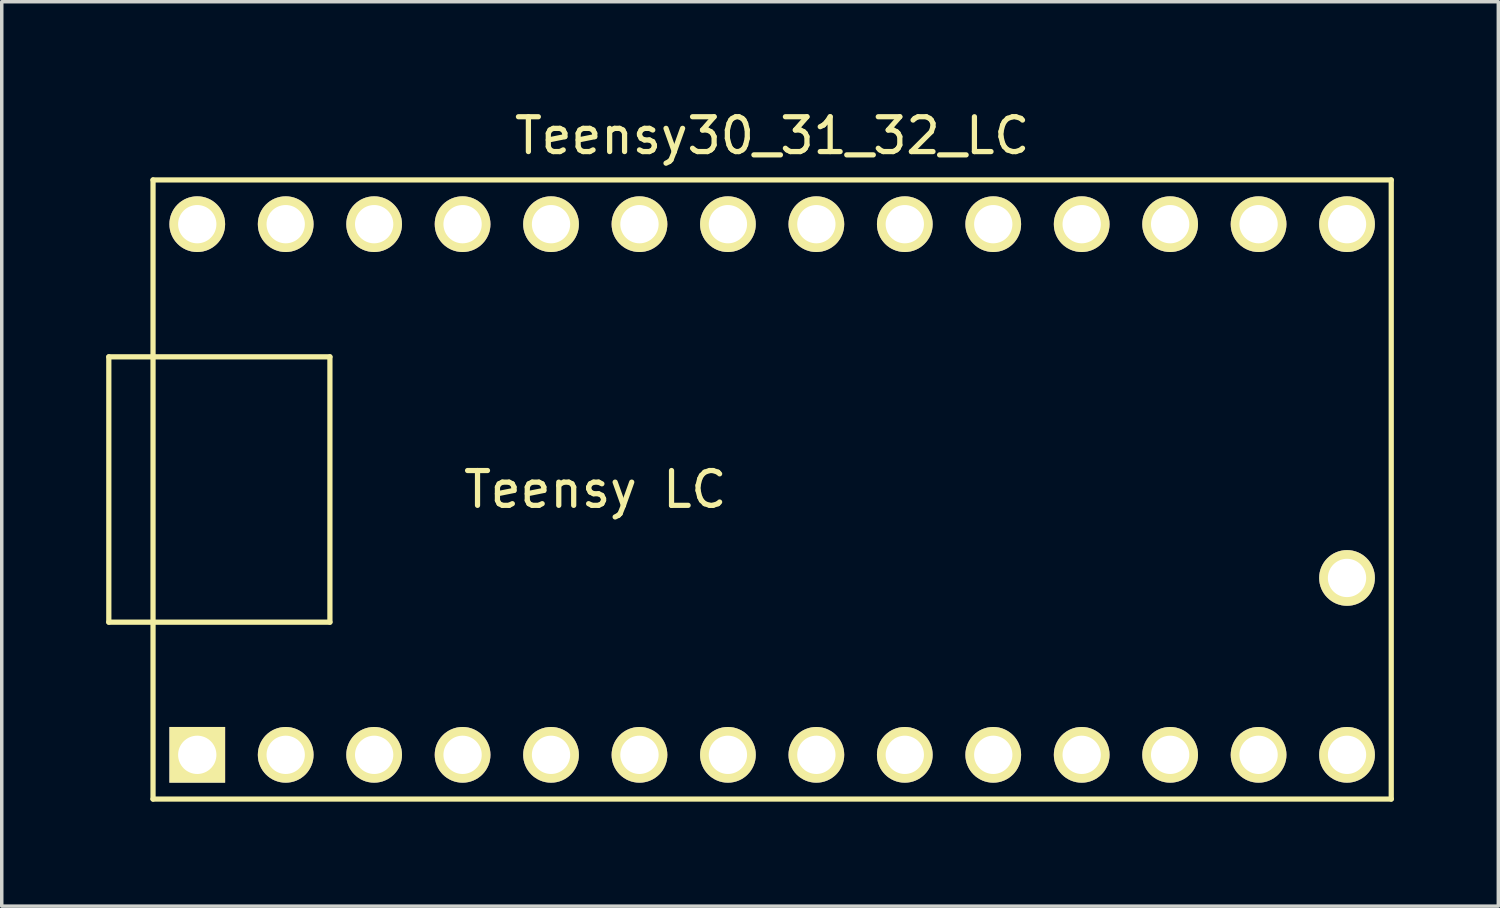
<source format=kicad_pcb>
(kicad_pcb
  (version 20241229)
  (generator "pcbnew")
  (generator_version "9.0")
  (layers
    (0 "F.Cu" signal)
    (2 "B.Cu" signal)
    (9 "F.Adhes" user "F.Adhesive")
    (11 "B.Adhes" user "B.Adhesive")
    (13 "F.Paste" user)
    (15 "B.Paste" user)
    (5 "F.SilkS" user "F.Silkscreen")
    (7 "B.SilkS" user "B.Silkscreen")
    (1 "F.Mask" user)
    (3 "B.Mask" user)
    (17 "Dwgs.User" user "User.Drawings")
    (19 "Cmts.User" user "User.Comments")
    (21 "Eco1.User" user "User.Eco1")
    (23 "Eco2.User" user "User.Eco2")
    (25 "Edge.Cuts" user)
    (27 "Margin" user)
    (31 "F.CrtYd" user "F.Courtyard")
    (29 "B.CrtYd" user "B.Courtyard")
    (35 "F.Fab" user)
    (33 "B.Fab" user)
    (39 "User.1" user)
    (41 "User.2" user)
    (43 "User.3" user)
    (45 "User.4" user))
  (footprint "Teensy30_31_32_LC"
    (layer "F.Cu")
    (at 19.125 11.008)
    (property "Reference" "Teensy30_31_32_LC" (at 0 -10.16 0) (layer "F.SilkS") (effects (font (size 1 1) (thickness 0.15))))
    (attr through_hole)
    (fp_line (start -19.05 -3.81) (end -17.78 -3.81) (stroke (width 0.15) (type solid)) (layer "F.SilkS"))
    (fp_line (start -19.05 3.81) (end -19.05 -3.81) (stroke (width 0.15) (type solid)) (layer "F.SilkS"))
    (fp_line (start -17.78 -8.89) (end 17.78 -8.89) (stroke (width 0.15) (type solid)) (layer "F.SilkS"))
    (fp_line (start -17.78 3.81) (end -19.05 3.81) (stroke (width 0.15) (type solid)) (layer "F.SilkS"))
    (fp_line (start -17.78 8.89) (end -17.78 -8.89) (stroke (width 0.15) (type solid)) (layer "F.SilkS"))
    (fp_line (start -12.7 -3.81) (end -17.78 -3.81) (stroke (width 0.15) (type solid)) (layer "F.SilkS"))
    (fp_line (start -12.7 3.81) (end -17.78 3.81) (stroke (width 0.15) (type solid)) (layer "F.SilkS"))
    (fp_line (start -12.7 3.81) (end -12.7 -3.81) (stroke (width 0.15) (type solid)) (layer "F.SilkS"))
    (fp_line (start 17.78 -8.89) (end 17.78 8.89) (stroke (width 0.15) (type solid)) (layer "F.SilkS"))
    (fp_line (start 17.78 8.89) (end -17.78 8.89) (stroke (width 0.15) (type solid)) (layer "F.SilkS"))
    (fp_text user "Teensy LC" (at -5.08 0 0) (layer "F.SilkS") (effects (font (size 1 1) (thickness 0.15))))
    (pad "1" thru_hole rect (at -16.51 7.62) (size 1.6 1.6) (drill 1.1) (layers "*.Cu" "*.Mask" "F.SilkS"))
    (pad "2" thru_hole circle (at -13.97 7.62) (size 1.6 1.6) (drill 1.1) (layers "*.Cu" "*.Mask" "F.SilkS"))
    (pad "3" thru_hole circle (at -11.43 7.62) (size 1.6 1.6) (drill 1.1) (layers "*.Cu" "*.Mask" "F.SilkS"))
    (pad "4" thru_hole circle (at -8.89 7.62) (size 1.6 1.6) (drill 1.1) (layers "*.Cu" "*.Mask" "F.SilkS"))
    (pad "5" thru_hole circle (at -6.35 7.62) (size 1.6 1.6) (drill 1.1) (layers "*.Cu" "*.Mask" "F.SilkS"))
    (pad "6" thru_hole circle (at -3.81 7.62) (size 1.6 1.6) (drill 1.1) (layers "*.Cu" "*.Mask" "F.SilkS"))
    (pad "7" thru_hole circle (at -1.27 7.62) (size 1.6 1.6) (drill 1.1) (layers "*.Cu" "*.Mask" "F.SilkS"))
    (pad "8" thru_hole circle (at 1.27 7.62) (size 1.6 1.6) (drill 1.1) (layers "*.Cu" "*.Mask" "F.SilkS"))
    (pad "9" thru_hole circle (at 3.81 7.62) (size 1.6 1.6) (drill 1.1) (layers "*.Cu" "*.Mask" "F.SilkS"))
    (pad "10" thru_hole circle (at 6.35 7.62) (size 1.6 1.6) (drill 1.1) (layers "*.Cu" "*.Mask" "F.SilkS"))
    (pad "11" thru_hole circle (at 8.89 7.62) (size 1.6 1.6) (drill 1.1) (layers "*.Cu" "*.Mask" "F.SilkS"))
    (pad "12" thru_hole circle (at 11.43 7.62) (size 1.6 1.6) (drill 1.1) (layers "*.Cu" "*.Mask" "F.SilkS"))
    (pad "13" thru_hole circle (at 13.97 7.62) (size 1.6 1.6) (drill 1.1) (layers "*.Cu" "*.Mask" "F.SilkS"))
    (pad "14" thru_hole circle (at 16.51 7.62) (size 1.6 1.6) (drill 1.1) (layers "*.Cu" "*.Mask" "F.SilkS"))
    (pad "16" thru_hole circle (at 16.51 2.54) (size 1.6 1.6) (drill 1.1) (layers "*.Cu" "*.Mask" "F.SilkS"))
    (pad "20" thru_hole circle (at 16.51 -7.62) (size 1.6 1.6) (drill 1.1) (layers "*.Cu" "*.Mask" "F.SilkS"))
    (pad "21" thru_hole circle (at 13.97 -7.62) (size 1.6 1.6) (drill 1.1) (layers "*.Cu" "*.Mask" "F.SilkS"))
    (pad "22" thru_hole circle (at 11.43 -7.62) (size 1.6 1.6) (drill 1.1) (layers "*.Cu" "*.Mask" "F.SilkS"))
    (pad "23" thru_hole circle (at 8.89 -7.62) (size 1.6 1.6) (drill 1.1) (layers "*.Cu" "*.Mask" "F.SilkS"))
    (pad "24" thru_hole circle (at 6.35 -7.62) (size 1.6 1.6) (drill 1.1) (layers "*.Cu" "*.Mask" "F.SilkS"))
    (pad "25" thru_hole circle (at 3.81 -7.62) (size 1.6 1.6) (drill 1.1) (layers "*.Cu" "*.Mask" "F.SilkS"))
    (pad "26" thru_hole circle (at 1.27 -7.62) (size 1.6 1.6) (drill 1.1) (layers "*.Cu" "*.Mask" "F.SilkS"))
    (pad "27" thru_hole circle (at -1.27 -7.62) (size 1.6 1.6) (drill 1.1) (layers "*.Cu" "*.Mask" "F.SilkS"))
    (pad "28" thru_hole circle (at -3.81 -7.62) (size 1.6 1.6) (drill 1.1) (layers "*.Cu" "*.Mask" "F.SilkS"))
    (pad "29" thru_hole circle (at -6.35 -7.62) (size 1.6 1.6) (drill 1.1) (layers "*.Cu" "*.Mask" "F.SilkS"))
    (pad "30" thru_hole circle (at -8.89 -7.62) (size 1.6 1.6) (drill 1.1) (layers "*.Cu" "*.Mask" "F.SilkS"))
    (pad "31" thru_hole circle (at -11.43 -7.62) (size 1.6 1.6) (drill 1.1) (layers "*.Cu" "*.Mask" "F.SilkS"))
    (pad "32" thru_hole circle (at -13.97 -7.62) (size 1.6 1.6) (drill 1.1) (layers "*.Cu" "*.Mask" "F.SilkS"))
    (pad "33" thru_hole circle (at -16.51 -7.62) (size 1.6 1.6) (drill 1.1) (layers "*.Cu" "*.Mask" "F.SilkS")))
  (gr_rect
    (start -3 -3)
    (end 39.98 22.973)
    (stroke (width 0.1) (type default))
    (fill no)
    (layer "Edge.Cuts")))
</source>
